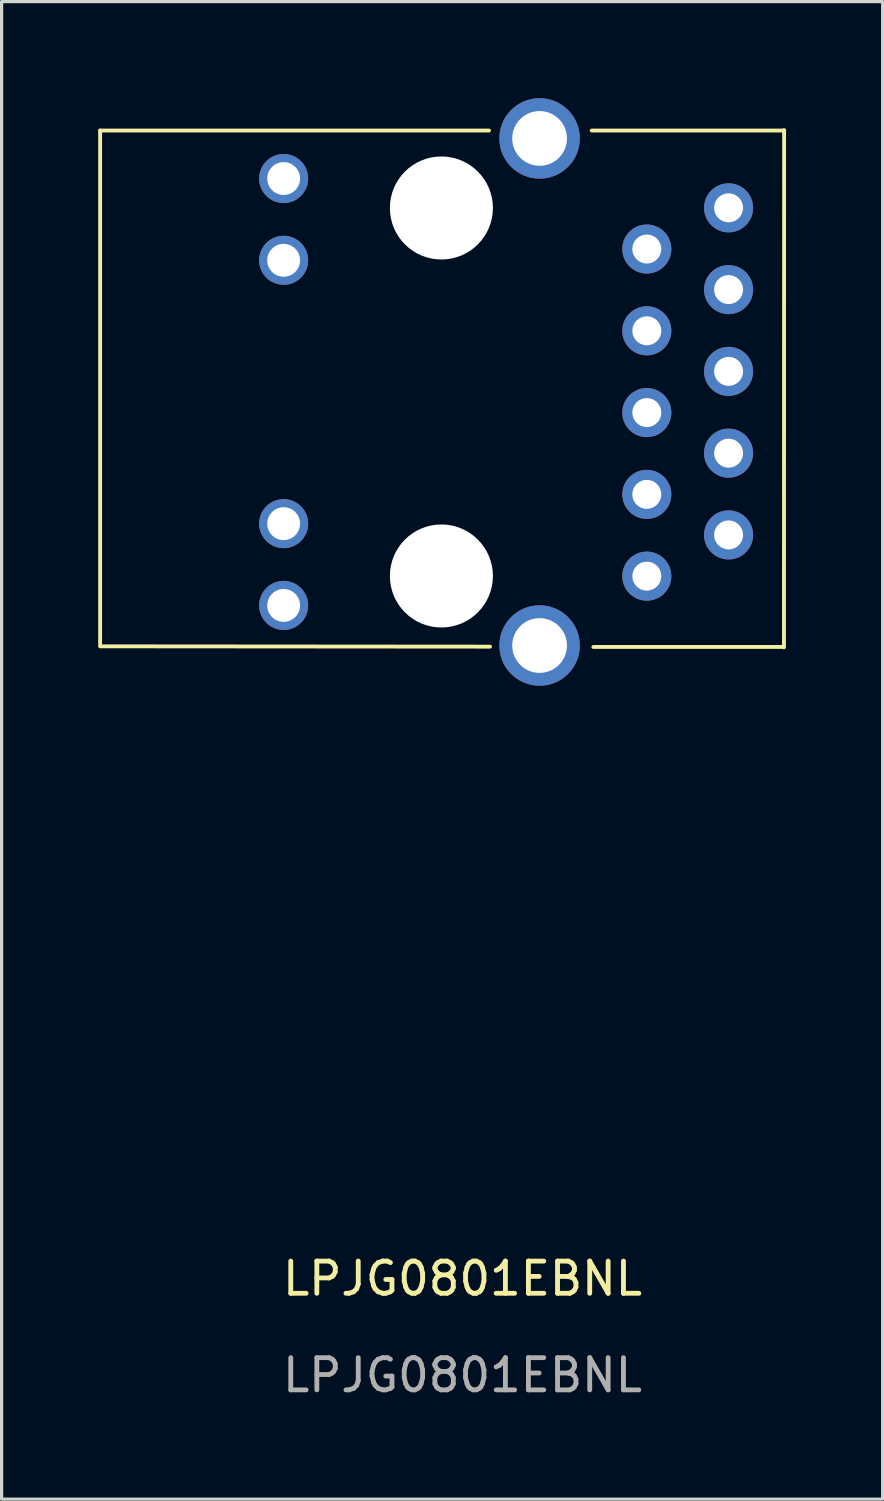
<source format=kicad_pcb>
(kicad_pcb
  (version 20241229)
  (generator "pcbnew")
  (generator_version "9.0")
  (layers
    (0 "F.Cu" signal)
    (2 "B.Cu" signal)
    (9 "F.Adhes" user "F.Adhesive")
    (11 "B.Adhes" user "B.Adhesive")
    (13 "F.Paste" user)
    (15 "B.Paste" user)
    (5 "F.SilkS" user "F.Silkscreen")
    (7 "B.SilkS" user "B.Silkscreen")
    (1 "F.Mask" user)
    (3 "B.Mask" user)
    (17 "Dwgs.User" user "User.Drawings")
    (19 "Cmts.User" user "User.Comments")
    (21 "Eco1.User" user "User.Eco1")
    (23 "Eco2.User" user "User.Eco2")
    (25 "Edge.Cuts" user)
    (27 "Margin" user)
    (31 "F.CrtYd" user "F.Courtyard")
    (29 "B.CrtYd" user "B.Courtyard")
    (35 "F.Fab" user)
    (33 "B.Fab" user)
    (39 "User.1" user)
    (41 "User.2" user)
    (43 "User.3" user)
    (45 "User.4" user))
  (footprint "LPJG0801EBNL"
    (layer "F.Cu")
    (at 10.68 9.075)
    (property "Reference" "LPJG0801EBNL" (at 0.635 27.59 0) (unlocked yes) (layer "F.SilkS") (effects (font (size 1 1) (thickness 0.15))))
    (fp_line (start -10.62 -8.07) (end -10.62 7.95) (stroke (width 0.12) (type solid)) (layer "F.SilkS"))
    (fp_line (start -10.62 -8.07) (end 1.46 -8.07) (stroke (width 0.12) (type solid)) (layer "F.SilkS"))
    (fp_line (start -10.6 7.95) (end 1.49 7.96) (stroke (width 0.12) (type solid)) (layer "F.SilkS"))
    (fp_line (start 4.65 -8.07) (end 10.61 -8.07) (stroke (width 0.12) (type solid)) (layer "F.SilkS"))
    (fp_line (start 4.7 7.97) (end 10.58 7.97) (stroke (width 0.12) (type solid)) (layer "F.SilkS"))
    (fp_line (start 10.61 -8.07) (end 10.625 -8.07) (stroke (width 0.12) (type solid)) (layer "F.SilkS"))
    (fp_line (start 10.625 -8.08) (end 10.62 7.98) (stroke (width 0.12) (type solid)) (layer "F.SilkS"))
    (fp_text user "${REFERENCE}" (at 0.635 30.59 0) (unlocked yes) (layer "F.Fab") (effects (font (size 1 1) (thickness 0.15))))
    (pad "" np_thru_hole circle (at -0.02 -5.665 270) (size 3.2 3.2) (drill 3.2) (layers "*.Cu" "*.Mask"))
    (pad "" np_thru_hole circle (at -0.02 5.765 270) (size 3.2 3.2) (drill 3.2) (layers "*.Cu" "*.Mask"))
    (pad "1" thru_hole circle (at 8.9 -5.67 270) (size 1.524 1.524) (drill 0.9) (layers "*.Cu" "*.Mask"))
    (pad "2" thru_hole circle (at 6.36 -4.39 270) (size 1.524 1.524) (drill 0.9) (layers "*.Cu" "*.Mask"))
    (pad "3" thru_hole circle (at 8.9 -3.13 270) (size 1.524 1.524) (drill 0.9) (layers "*.Cu" "*.Mask"))
    (pad "4" thru_hole circle (at 6.36 -1.85 270) (size 1.524 1.524) (drill 0.9) (layers "*.Cu" "*.Mask"))
    (pad "5" thru_hole circle (at 8.9 -0.59 270) (size 1.524 1.524) (drill 0.9) (layers "*.Cu" "*.Mask"))
    (pad "6" thru_hole circle (at 6.36 0.69 270) (size 1.524 1.524) (drill 0.9) (layers "*.Cu" "*.Mask"))
    (pad "7" thru_hole circle (at 8.9 1.95) (size 1.524 1.524) (drill 0.9) (layers "*.Cu" "*.Mask"))
    (pad "8" thru_hole circle (at 6.36 3.23 270) (size 1.524 1.524) (drill 0.9) (layers "*.Cu" "*.Mask"))
    (pad "9" thru_hole circle (at 8.9 4.49 270) (size 1.524 1.524) (drill 0.9) (layers "*.Cu" "*.Mask"))
    (pad "10" thru_hole circle (at 6.36 5.77 270) (size 1.524 1.524) (drill 0.9) (layers "*.Cu" "*.Mask"))
    (pad "11" thru_hole circle (at -4.92 -6.58 270) (size 1.524 1.524) (drill 1.02) (layers "*.Cu" "*.Mask"))
    (pad "12" thru_hole circle (at -4.92 -4.04 270) (size 1.524 1.524) (drill 1.02) (layers "*.Cu" "*.Mask"))
    (pad "13" thru_hole circle (at -4.92 4.14 270) (size 1.524 1.524) (drill 1.02) (layers "*.Cu" "*.Mask"))
    (pad "14" thru_hole circle (at -4.92 6.68 270) (size 1.524 1.524) (drill 1.02) (layers "*.Cu" "*.Mask"))
    (pad "15" thru_hole circle (at 3.03 -7.825 270) (size 2.5 2.5) (drill 1.7) (layers "*.Cu" "*.Mask"))
    (pad "16" thru_hole circle (at 3.03 7.925 270) (size 2.5 2.5) (drill 1.7) (layers "*.Cu" "*.Mask")))
  (gr_rect
    (start -3 -3)
    (end 24.365 43.513)
    (stroke (width 0.1) (type default))
    (fill no)
    (layer "Edge.Cuts")))
</source>
